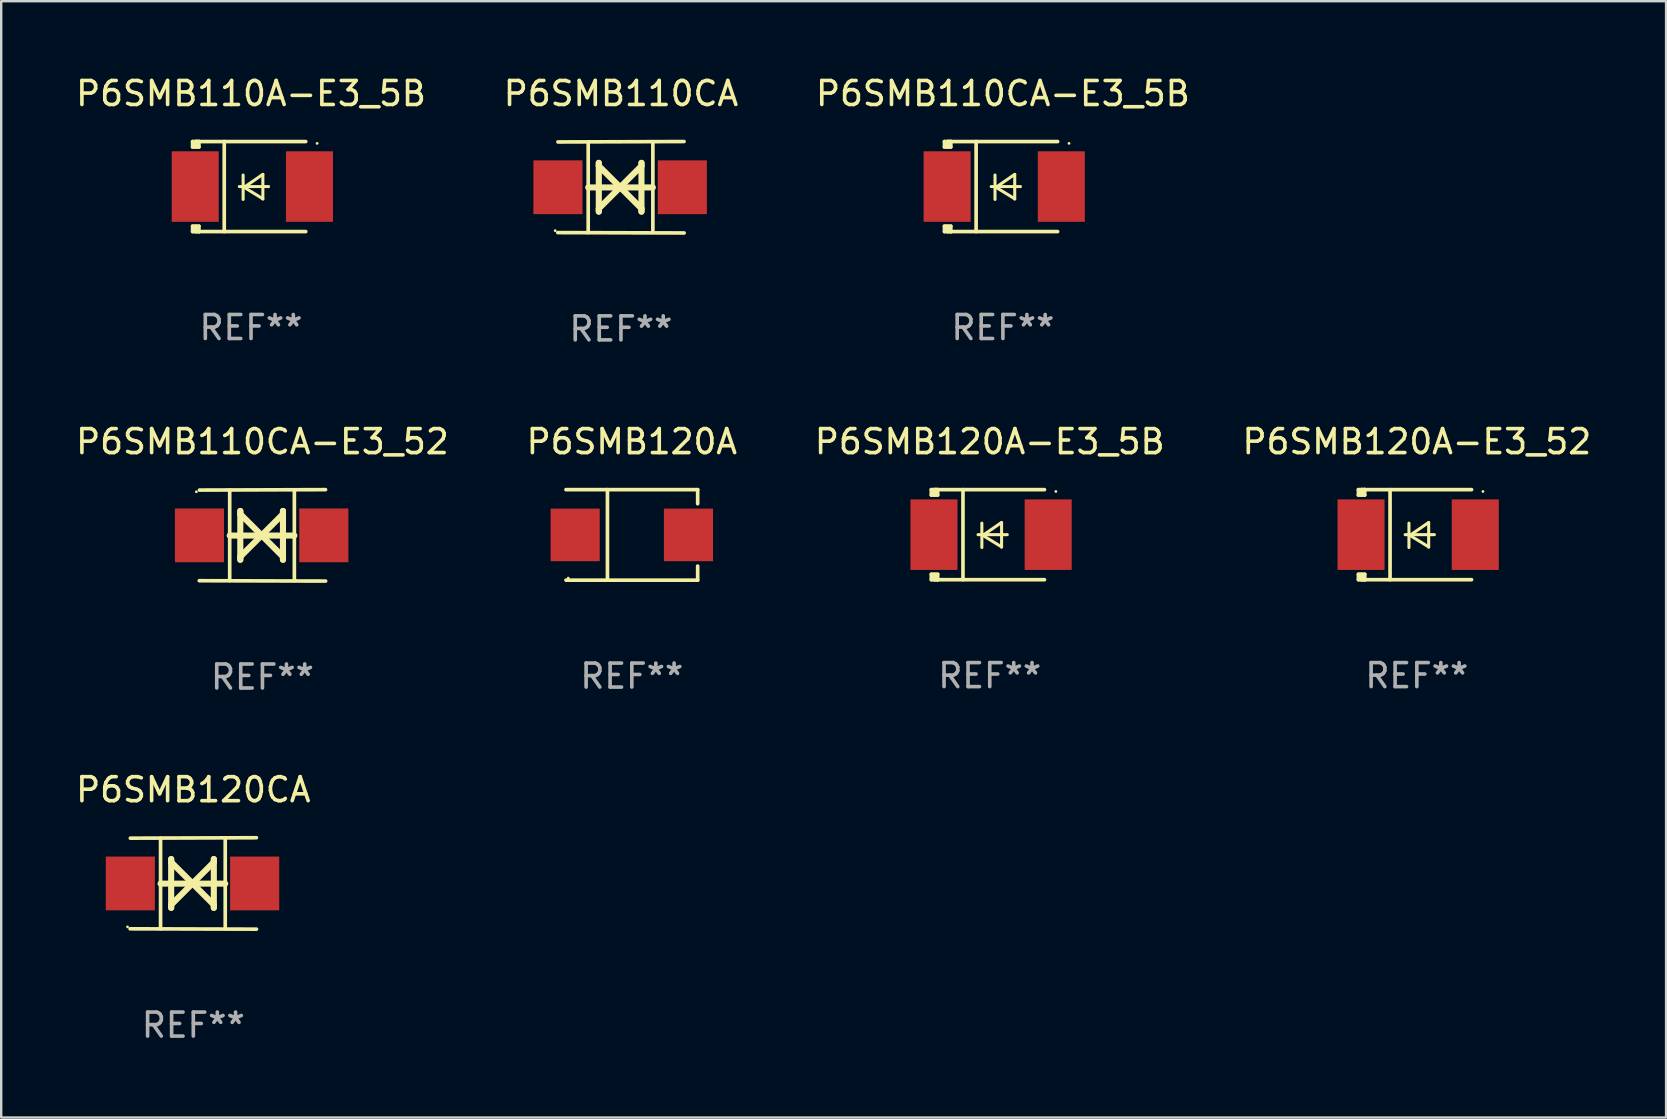
<source format=kicad_pcb>
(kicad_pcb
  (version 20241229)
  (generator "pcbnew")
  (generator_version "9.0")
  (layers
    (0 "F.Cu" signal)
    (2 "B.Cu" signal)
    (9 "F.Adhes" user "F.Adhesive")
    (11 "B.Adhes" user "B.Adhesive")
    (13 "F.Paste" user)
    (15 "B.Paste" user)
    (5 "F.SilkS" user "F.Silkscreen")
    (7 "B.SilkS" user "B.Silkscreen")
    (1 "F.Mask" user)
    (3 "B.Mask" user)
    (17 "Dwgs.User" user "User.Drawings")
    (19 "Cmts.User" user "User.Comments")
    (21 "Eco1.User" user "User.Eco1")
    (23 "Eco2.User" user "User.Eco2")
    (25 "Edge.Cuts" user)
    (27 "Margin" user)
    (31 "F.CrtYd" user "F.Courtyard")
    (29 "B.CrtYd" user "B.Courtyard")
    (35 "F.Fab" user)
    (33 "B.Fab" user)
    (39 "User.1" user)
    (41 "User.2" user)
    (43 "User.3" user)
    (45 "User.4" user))
  (footprint "P6SMB110A-E3_5B"
    (layer "F.Cu")
    (at 7.411 4.725)
    (property "Reference" "P6SMB110A-E3_5B" (at 0 -3.876 0) (layer "F.SilkS") (effects (font (size 1 1) (thickness 0.15))))
    (attr through_hole)
    (fp_line (start -2.435 1.65) (end -2.171 1.65) (stroke (width 0.152) (type solid)) (layer "F.SilkS"))
    (fp_line (start -2.435 1.876) (end -2.435 1.65) (stroke (width 0.152) (type solid)) (layer "F.SilkS"))
    (fp_line (start -2.435 -1.876) (end -2.171 -1.876) (stroke (width 0.152) (type solid)) (layer "F.SilkS"))
    (fp_line (start -2.435 -1.65) (end -2.435 -1.876) (stroke (width 0.152) (type solid)) (layer "F.SilkS"))
    (fp_line (start -2.305 -1.866) (end -2.295 -1.876) (stroke (width 0.152) (type solid)) (layer "F.SilkS"))
    (fp_line (start -2.305 -1.65) (end -2.305 -1.866) (stroke (width 0.152) (type solid)) (layer "F.SilkS"))
    (fp_line (start -2.305 1.876) (end -2.305 1.65) (stroke (width 0.152) (type solid)) (layer "F.SilkS"))
    (fp_line (start -2.295 -1.876) (end -2.295 -1.65) (stroke (width 0.152) (type solid)) (layer "F.SilkS"))
    (fp_line (start -2.171 1.876) (end -2.435 1.876) (stroke (width 0.152) (type solid)) (layer "F.SilkS"))
    (fp_line (start -2.171 -1.65) (end -2.435 -1.65) (stroke (width 0.152) (type solid)) (layer "F.SilkS"))
    (fp_line (start -2.171 -1.876) (end -2.295 -1.876) (stroke (width 0.152) (type solid)) (layer "F.SilkS"))
    (fp_line (start -2.171 -1.65) (end -2.171 -1.876) (stroke (width 0.152) (type solid)) (layer "F.SilkS"))
    (fp_line (start -2.171 1.876) (end -2.305 1.876) (stroke (width 0.152) (type solid)) (layer "F.SilkS"))
    (fp_line (start -2.171 1.876) (end -2.171 1.65) (stroke (width 0.152) (type solid)) (layer "F.SilkS"))
    (fp_line (start -1.116 1.876) (end -1.116 -1.876) (stroke (width 0.152) (type solid)) (layer "F.SilkS"))
    (fp_line (start -0.488 0.000102) (end 0.731 0.000102) (stroke (width 0.127) (type solid)) (layer "F.SilkS"))
    (fp_line (start -0.329 -0.48) (end -0.329 0.536) (stroke (width 0.127) (type solid)) (layer "F.SilkS"))
    (fp_line (start -0.29 0.03) (end 0.493 0.51) (stroke (width 0.127) (type solid)) (layer "F.SilkS"))
    (fp_line (start 0.493 -0.51) (end -0.29 0.03) (stroke (width 0.127) (type solid)) (layer "F.SilkS"))
    (fp_line (start 0.493 0.52) (end 0.493 -0.496) (stroke (width 0.127) (type solid)) (layer "F.SilkS"))
    (fp_line (start 2.281 -1.876) (end -2.171 -1.876) (stroke (width 0.152) (type solid)) (layer "F.SilkS"))
    (fp_line (start 2.281 1.876) (end -2.171 1.876) (stroke (width 0.152) (type solid)) (layer "F.SilkS"))
    (fp_circle (center 2.755 -1.8) (end 2.785 -1.8) (stroke (width 0.06) (type solid)) (fill no) (layer "F.SilkS"))
    (fp_text user "REF**" (at 0 5.876 0) (layer "F.Fab") (effects (font (size 1 1) (thickness 0.15))))
    (pad "1" smd rect (at 2.435 -0.000025 180) (size 1.96 2.94) (layers "F.Cu" "F.Mask" "F.Paste"))
    (pad "2" smd rect (at -2.325 -0.000025 180) (size 1.96 2.94) (layers "F.Cu" "F.Mask" "F.Paste")))
  (footprint "P6SMB120A"
    (layer "F.Cu")
    (at 23.28 19.241)
    (property "Reference" "P6SMB120A" (at 0 -3.886 0) (layer "F.SilkS") (effects (font (size 1 1) (thickness 0.15))))
    (attr through_hole)
    (fp_line (start -2.744 -1.886) (end 2.744 -1.886) (stroke (width 0.152) (type solid)) (layer "F.SilkS"))
    (fp_line (start -2.744 1.886) (end 2.744 1.886) (stroke (width 0.152) (type solid)) (layer "F.SilkS"))
    (fp_line (start -1.016 -1.886) (end -1.016 1.886) (stroke (width 0.152) (type solid)) (layer "F.SilkS"))
    (fp_line (start 2.744 -1.886) (end 2.744 -1.299) (stroke (width 0.152) (type solid)) (layer "F.SilkS"))
    (fp_line (start 2.744 1.886) (end 2.744 1.299) (stroke (width 0.152) (type solid)) (layer "F.SilkS"))
    (fp_circle (center -2.65 1.8) (end -2.62 1.8) (stroke (width 0.06) (type solid)) (fill no) (layer "F.SilkS"))
    (fp_text user "REF**" (at 0 5.886 0) (layer "F.Fab") (effects (font (size 1 1) (thickness 0.15))))
    (pad "1" smd rect (at -2.361 0) (size 2.047 2.192) (layers "F.Cu" "F.Mask" "F.Paste"))
    (pad "2" smd rect (at 2.361 0) (size 2.047 2.192) (layers "F.Cu" "F.Mask" "F.Paste")))
  (footprint "P6SMB120A-E3_5B"
    (layer "F.Cu")
    (at 38.196 19.231)
    (property "Reference" "P6SMB120A-E3_5B" (at 0 -3.876 0) (layer "F.SilkS") (effects (font (size 1 1) (thickness 0.15))))
    (attr through_hole)
    (fp_line (start -2.435 1.65) (end -2.171 1.65) (stroke (width 0.152) (type solid)) (layer "F.SilkS"))
    (fp_line (start -2.435 1.876) (end -2.435 1.65) (stroke (width 0.152) (type solid)) (layer "F.SilkS"))
    (fp_line (start -2.435 -1.876) (end -2.171 -1.876) (stroke (width 0.152) (type solid)) (layer "F.SilkS"))
    (fp_line (start -2.435 -1.65) (end -2.435 -1.876) (stroke (width 0.152) (type solid)) (layer "F.SilkS"))
    (fp_line (start -2.305 -1.866) (end -2.295 -1.876) (stroke (width 0.152) (type solid)) (layer "F.SilkS"))
    (fp_line (start -2.305 -1.65) (end -2.305 -1.866) (stroke (width 0.152) (type solid)) (layer "F.SilkS"))
    (fp_line (start -2.305 1.876) (end -2.305 1.65) (stroke (width 0.152) (type solid)) (layer "F.SilkS"))
    (fp_line (start -2.295 -1.876) (end -2.295 -1.65) (stroke (width 0.152) (type solid)) (layer "F.SilkS"))
    (fp_line (start -2.171 1.876) (end -2.435 1.876) (stroke (width 0.152) (type solid)) (layer "F.SilkS"))
    (fp_line (start -2.171 -1.65) (end -2.435 -1.65) (stroke (width 0.152) (type solid)) (layer "F.SilkS"))
    (fp_line (start -2.171 -1.876) (end -2.295 -1.876) (stroke (width 0.152) (type solid)) (layer "F.SilkS"))
    (fp_line (start -2.171 -1.65) (end -2.171 -1.876) (stroke (width 0.152) (type solid)) (layer "F.SilkS"))
    (fp_line (start -2.171 1.876) (end -2.305 1.876) (stroke (width 0.152) (type solid)) (layer "F.SilkS"))
    (fp_line (start -2.171 1.876) (end -2.171 1.65) (stroke (width 0.152) (type solid)) (layer "F.SilkS"))
    (fp_line (start -1.116 1.876) (end -1.116 -1.876) (stroke (width 0.152) (type solid)) (layer "F.SilkS"))
    (fp_line (start -0.488 0.000102) (end 0.731 0.000102) (stroke (width 0.127) (type solid)) (layer "F.SilkS"))
    (fp_line (start -0.329 -0.48) (end -0.329 0.536) (stroke (width 0.127) (type solid)) (layer "F.SilkS"))
    (fp_line (start -0.29 0.03) (end 0.493 0.51) (stroke (width 0.127) (type solid)) (layer "F.SilkS"))
    (fp_line (start 0.493 -0.51) (end -0.29 0.03) (stroke (width 0.127) (type solid)) (layer "F.SilkS"))
    (fp_line (start 0.493 0.52) (end 0.493 -0.496) (stroke (width 0.127) (type solid)) (layer "F.SilkS"))
    (fp_line (start 2.281 -1.876) (end -2.171 -1.876) (stroke (width 0.152) (type solid)) (layer "F.SilkS"))
    (fp_line (start 2.281 1.876) (end -2.171 1.876) (stroke (width 0.152) (type solid)) (layer "F.SilkS"))
    (fp_circle (center 2.755 -1.8) (end 2.785 -1.8) (stroke (width 0.06) (type solid)) (fill no) (layer "F.SilkS"))
    (fp_text user "REF**" (at 0 5.876 0) (layer "F.Fab") (effects (font (size 1 1) (thickness 0.15))))
    (pad "1" smd rect (at 2.435 -0.000025 180) (size 1.96 2.94) (layers "F.Cu" "F.Mask" "F.Paste"))
    (pad "2" smd rect (at -2.325 -0.000025 180) (size 1.96 2.94) (layers "F.Cu" "F.Mask" "F.Paste")))
  (footprint "P6SMB120CA"
    (layer "F.Cu")
    (at 5.006 33.766)
    (property "Reference" "P6SMB120CA" (at 0 -3.905 0) (layer "F.SilkS") (effects (font (size 1 1) (thickness 0.15))))
    (attr through_hole)
    (fp_line (start -1.365 1.886) (end -1.365 -1.886) (stroke (width 0.152) (type solid)) (layer "F.SilkS"))
    (fp_line (start -1.365 0.008) (end 1.33 0.008) (stroke (width 0.254) (type solid)) (layer "F.SilkS"))
    (fp_line (start -0.923 -1.016) (end -0.923 1.016) (stroke (width 0.254) (type solid)) (layer "F.SilkS"))
    (fp_line (start -0.923 -0.889) (end -0.923 -1.016) (stroke (width 0.254) (type solid)) (layer "F.SilkS"))
    (fp_line (start -0.923 0.889) (end -0.034 0) (stroke (width 0.254) (type solid)) (layer "F.SilkS"))
    (fp_line (start -0.923 1.016) (end -0.923 0.889) (stroke (width 0.254) (type solid)) (layer "F.SilkS"))
    (fp_line (start -0.034 0) (end -0.923 -0.889) (stroke (width 0.254) (type solid)) (layer "F.SilkS"))
    (fp_line (start -0.034 0) (end 0.855 0.889) (stroke (width 0.254) (type solid)) (layer "F.SilkS"))
    (fp_line (start 0.855 -1.016) (end 0.855 -0.889) (stroke (width 0.254) (type solid)) (layer "F.SilkS"))
    (fp_line (start 0.855 -0.889) (end -0.034 0) (stroke (width 0.254) (type solid)) (layer "F.SilkS"))
    (fp_line (start 0.855 0.889) (end 0.855 1.016) (stroke (width 0.254) (type solid)) (layer "F.SilkS"))
    (fp_line (start 0.855 1.016) (end 0.855 -1.016) (stroke (width 0.254) (type solid)) (layer "F.SilkS"))
    (fp_line (start 1.33 1.886) (end 1.33 -1.886) (stroke (width 0.152) (type solid)) (layer "F.SilkS"))
    (fp_line (start 2.629 -1.905) (end -2.625 -1.887) (stroke (width 0.152) (type solid)) (layer "F.SilkS"))
    (fp_line (start 2.633 1.905) (end -2.633 1.89) (stroke (width 0.152) (type solid)) (layer "F.SilkS"))
    (fp_circle (center -2.741 1.81) (end -2.711 1.81) (stroke (width 0.06) (type solid)) (fill no) (layer "F.SilkS"))
    (fp_text user "REF**" (at 0 5.905 0) (layer "F.Fab") (effects (font (size 1 1) (thickness 0.15))))
    (pad "1" smd rect (at -2.625 0) (size 2.047 2.241) (layers "F.Cu" "F.Mask" "F.Paste"))
    (pad "2" smd rect (at 2.557 0) (size 2.047 2.241) (layers "F.Cu" "F.Mask" "F.Paste")))
  (footprint "P6SMB110CA-E3_52"
    (layer "F.Cu")
    (at 7.887 19.26)
    (property "Reference" "P6SMB110CA-E3_52" (at 0 -3.905 0) (layer "F.SilkS") (effects (font (size 1 1) (thickness 0.15))))
    (attr through_hole)
    (fp_line (start -1.365 1.886) (end -1.365 -1.886) (stroke (width 0.152) (type solid)) (layer "F.SilkS"))
    (fp_line (start -1.365 0.008) (end 1.33 0.008) (stroke (width 0.254) (type solid)) (layer "F.SilkS"))
    (fp_line (start -0.923 -1.016) (end -0.923 1.016) (stroke (width 0.254) (type solid)) (layer "F.SilkS"))
    (fp_line (start -0.923 -0.889) (end -0.923 -1.016) (stroke (width 0.254) (type solid)) (layer "F.SilkS"))
    (fp_line (start -0.923 0.889) (end -0.034 0) (stroke (width 0.254) (type solid)) (layer "F.SilkS"))
    (fp_line (start -0.923 1.016) (end -0.923 0.889) (stroke (width 0.254) (type solid)) (layer "F.SilkS"))
    (fp_line (start -0.034 0) (end -0.923 -0.889) (stroke (width 0.254) (type solid)) (layer "F.SilkS"))
    (fp_line (start -0.034 0) (end 0.855 0.889) (stroke (width 0.254) (type solid)) (layer "F.SilkS"))
    (fp_line (start 0.855 -1.016) (end 0.855 -0.889) (stroke (width 0.254) (type solid)) (layer "F.SilkS"))
    (fp_line (start 0.855 -0.889) (end -0.034 0) (stroke (width 0.254) (type solid)) (layer "F.SilkS"))
    (fp_line (start 0.855 0.889) (end 0.855 1.016) (stroke (width 0.254) (type solid)) (layer "F.SilkS"))
    (fp_line (start 0.855 1.016) (end 0.855 -1.016) (stroke (width 0.254) (type solid)) (layer "F.SilkS"))
    (fp_line (start 1.33 1.886) (end 1.33 -1.886) (stroke (width 0.152) (type solid)) (layer "F.SilkS"))
    (fp_line (start 2.629 -1.905) (end -2.625 -1.887) (stroke (width 0.152) (type solid)) (layer "F.SilkS"))
    (fp_line (start 2.633 1.905) (end -2.633 1.89) (stroke (width 0.152) (type solid)) (layer "F.SilkS"))
    (fp_circle (center -2.753 -1.816) (end -2.723 -1.816) (stroke (width 0.06) (type solid)) (fill no) (layer "F.SilkS"))
    (fp_text user "REF**" (at 0 5.905 0) (layer "F.Fab") (effects (font (size 1 1) (thickness 0.15))))
    (pad "1" smd rect (at -2.625 0) (size 2.047 2.241) (layers "F.Cu" "F.Mask" "F.Paste"))
    (pad "2" smd rect (at 2.557 0) (size 2.047 2.241) (layers "F.Cu" "F.Mask" "F.Paste")))
  (footprint "P6SMB120A-E3_52"
    (layer "F.Cu")
    (at 55.994 19.231)
    (property "Reference" "P6SMB120A-E3_52" (at 0 -3.876 0) (layer "F.SilkS") (effects (font (size 1 1) (thickness 0.15))))
    (attr through_hole)
    (fp_line (start -2.435 1.65) (end -2.171 1.65) (stroke (width 0.152) (type solid)) (layer "F.SilkS"))
    (fp_line (start -2.435 1.876) (end -2.435 1.65) (stroke (width 0.152) (type solid)) (layer "F.SilkS"))
    (fp_line (start -2.435 -1.876) (end -2.171 -1.876) (stroke (width 0.152) (type solid)) (layer "F.SilkS"))
    (fp_line (start -2.435 -1.65) (end -2.435 -1.876) (stroke (width 0.152) (type solid)) (layer "F.SilkS"))
    (fp_line (start -2.305 -1.866) (end -2.295 -1.876) (stroke (width 0.152) (type solid)) (layer "F.SilkS"))
    (fp_line (start -2.305 -1.65) (end -2.305 -1.866) (stroke (width 0.152) (type solid)) (layer "F.SilkS"))
    (fp_line (start -2.305 1.876) (end -2.305 1.65) (stroke (width 0.152) (type solid)) (layer "F.SilkS"))
    (fp_line (start -2.295 -1.876) (end -2.295 -1.65) (stroke (width 0.152) (type solid)) (layer "F.SilkS"))
    (fp_line (start -2.171 1.876) (end -2.435 1.876) (stroke (width 0.152) (type solid)) (layer "F.SilkS"))
    (fp_line (start -2.171 -1.65) (end -2.435 -1.65) (stroke (width 0.152) (type solid)) (layer "F.SilkS"))
    (fp_line (start -2.171 -1.876) (end -2.295 -1.876) (stroke (width 0.152) (type solid)) (layer "F.SilkS"))
    (fp_line (start -2.171 -1.65) (end -2.171 -1.876) (stroke (width 0.152) (type solid)) (layer "F.SilkS"))
    (fp_line (start -2.171 1.876) (end -2.305 1.876) (stroke (width 0.152) (type solid)) (layer "F.SilkS"))
    (fp_line (start -2.171 1.876) (end -2.171 1.65) (stroke (width 0.152) (type solid)) (layer "F.SilkS"))
    (fp_line (start -1.116 1.876) (end -1.116 -1.876) (stroke (width 0.152) (type solid)) (layer "F.SilkS"))
    (fp_line (start -0.488 0.000102) (end 0.731 0.000102) (stroke (width 0.127) (type solid)) (layer "F.SilkS"))
    (fp_line (start -0.329 -0.48) (end -0.329 0.536) (stroke (width 0.127) (type solid)) (layer "F.SilkS"))
    (fp_line (start -0.29 0.03) (end 0.493 0.51) (stroke (width 0.127) (type solid)) (layer "F.SilkS"))
    (fp_line (start 0.493 -0.51) (end -0.29 0.03) (stroke (width 0.127) (type solid)) (layer "F.SilkS"))
    (fp_line (start 0.493 0.52) (end 0.493 -0.496) (stroke (width 0.127) (type solid)) (layer "F.SilkS"))
    (fp_line (start 2.281 -1.876) (end -2.171 -1.876) (stroke (width 0.152) (type solid)) (layer "F.SilkS"))
    (fp_line (start 2.281 1.876) (end -2.171 1.876) (stroke (width 0.152) (type solid)) (layer "F.SilkS"))
    (fp_circle (center 2.755 -1.8) (end 2.785 -1.8) (stroke (width 0.06) (type solid)) (fill no) (layer "F.SilkS"))
    (fp_text user "REF**" (at 0 5.876 0) (layer "F.Fab") (effects (font (size 1 1) (thickness 0.15))))
    (pad "1" smd rect (at 2.435 -0.000025 180) (size 1.96 2.94) (layers "F.Cu" "F.Mask" "F.Paste"))
    (pad "2" smd rect (at -2.325 -0.000025 180) (size 1.96 2.94) (layers "F.Cu" "F.Mask" "F.Paste")))
  (footprint "P6SMB110CA-E3_5B"
    (layer "F.Cu")
    (at 38.744 4.725)
    (property "Reference" "P6SMB110CA-E3_5B" (at 0 -3.876 0) (layer "F.SilkS") (effects (font (size 1 1) (thickness 0.15))))
    (attr through_hole)
    (fp_line (start -2.435 1.65) (end -2.171 1.65) (stroke (width 0.152) (type solid)) (layer "F.SilkS"))
    (fp_line (start -2.435 1.876) (end -2.435 1.65) (stroke (width 0.152) (type solid)) (layer "F.SilkS"))
    (fp_line (start -2.435 -1.876) (end -2.171 -1.876) (stroke (width 0.152) (type solid)) (layer "F.SilkS"))
    (fp_line (start -2.435 -1.65) (end -2.435 -1.876) (stroke (width 0.152) (type solid)) (layer "F.SilkS"))
    (fp_line (start -2.305 -1.866) (end -2.295 -1.876) (stroke (width 0.152) (type solid)) (layer "F.SilkS"))
    (fp_line (start -2.305 -1.65) (end -2.305 -1.866) (stroke (width 0.152) (type solid)) (layer "F.SilkS"))
    (fp_line (start -2.305 1.876) (end -2.305 1.65) (stroke (width 0.152) (type solid)) (layer "F.SilkS"))
    (fp_line (start -2.295 -1.876) (end -2.295 -1.65) (stroke (width 0.152) (type solid)) (layer "F.SilkS"))
    (fp_line (start -2.171 1.876) (end -2.435 1.876) (stroke (width 0.152) (type solid)) (layer "F.SilkS"))
    (fp_line (start -2.171 -1.65) (end -2.435 -1.65) (stroke (width 0.152) (type solid)) (layer "F.SilkS"))
    (fp_line (start -2.171 -1.876) (end -2.295 -1.876) (stroke (width 0.152) (type solid)) (layer "F.SilkS"))
    (fp_line (start -2.171 -1.65) (end -2.171 -1.876) (stroke (width 0.152) (type solid)) (layer "F.SilkS"))
    (fp_line (start -2.171 1.876) (end -2.305 1.876) (stroke (width 0.152) (type solid)) (layer "F.SilkS"))
    (fp_line (start -2.171 1.876) (end -2.171 1.65) (stroke (width 0.152) (type solid)) (layer "F.SilkS"))
    (fp_line (start -1.116 1.876) (end -1.116 -1.876) (stroke (width 0.152) (type solid)) (layer "F.SilkS"))
    (fp_line (start -0.488 0.000102) (end 0.731 0.000102) (stroke (width 0.127) (type solid)) (layer "F.SilkS"))
    (fp_line (start -0.329 -0.48) (end -0.329 0.536) (stroke (width 0.127) (type solid)) (layer "F.SilkS"))
    (fp_line (start -0.29 0.03) (end 0.493 0.51) (stroke (width 0.127) (type solid)) (layer "F.SilkS"))
    (fp_line (start 0.493 -0.51) (end -0.29 0.03) (stroke (width 0.127) (type solid)) (layer "F.SilkS"))
    (fp_line (start 0.493 0.52) (end 0.493 -0.496) (stroke (width 0.127) (type solid)) (layer "F.SilkS"))
    (fp_line (start 2.281 -1.876) (end -2.171 -1.876) (stroke (width 0.152) (type solid)) (layer "F.SilkS"))
    (fp_line (start 2.281 1.876) (end -2.171 1.876) (stroke (width 0.152) (type solid)) (layer "F.SilkS"))
    (fp_circle (center 2.755 -1.8) (end 2.785 -1.8) (stroke (width 0.06) (type solid)) (fill no) (layer "F.SilkS"))
    (fp_text user "REF**" (at 0 5.876 0) (layer "F.Fab") (effects (font (size 1 1) (thickness 0.15))))
    (pad "1" smd rect (at 2.435 -0.000025 180) (size 1.96 2.94) (layers "F.Cu" "F.Mask" "F.Paste"))
    (pad "2" smd rect (at -2.325 -0.000025 180) (size 1.96 2.94) (layers "F.Cu" "F.Mask" "F.Paste")))
  (footprint "P6SMB110CA"
    (layer "F.Cu")
    (at 22.827 4.753)
    (property "Reference" "P6SMB110CA" (at 0 -3.905 0) (layer "F.SilkS") (effects (font (size 1 1) (thickness 0.15))))
    (attr through_hole)
    (fp_line (start -1.365 1.886) (end -1.365 -1.886) (stroke (width 0.152) (type solid)) (layer "F.SilkS"))
    (fp_line (start -1.365 0.008) (end 1.33 0.008) (stroke (width 0.254) (type solid)) (layer "F.SilkS"))
    (fp_line (start -0.923 -1.016) (end -0.923 1.016) (stroke (width 0.254) (type solid)) (layer "F.SilkS"))
    (fp_line (start -0.923 -0.889) (end -0.923 -1.016) (stroke (width 0.254) (type solid)) (layer "F.SilkS"))
    (fp_line (start -0.923 0.889) (end -0.034 0) (stroke (width 0.254) (type solid)) (layer "F.SilkS"))
    (fp_line (start -0.923 1.016) (end -0.923 0.889) (stroke (width 0.254) (type solid)) (layer "F.SilkS"))
    (fp_line (start -0.034 0) (end -0.923 -0.889) (stroke (width 0.254) (type solid)) (layer "F.SilkS"))
    (fp_line (start -0.034 0) (end 0.855 0.889) (stroke (width 0.254) (type solid)) (layer "F.SilkS"))
    (fp_line (start 0.855 -1.016) (end 0.855 -0.889) (stroke (width 0.254) (type solid)) (layer "F.SilkS"))
    (fp_line (start 0.855 -0.889) (end -0.034 0) (stroke (width 0.254) (type solid)) (layer "F.SilkS"))
    (fp_line (start 0.855 0.889) (end 0.855 1.016) (stroke (width 0.254) (type solid)) (layer "F.SilkS"))
    (fp_line (start 0.855 1.016) (end 0.855 -1.016) (stroke (width 0.254) (type solid)) (layer "F.SilkS"))
    (fp_line (start 1.33 1.886) (end 1.33 -1.886) (stroke (width 0.152) (type solid)) (layer "F.SilkS"))
    (fp_line (start 2.629 -1.905) (end -2.625 -1.887) (stroke (width 0.152) (type solid)) (layer "F.SilkS"))
    (fp_line (start 2.633 1.905) (end -2.633 1.89) (stroke (width 0.152) (type solid)) (layer "F.SilkS"))
    (fp_circle (center -2.741 1.81) (end -2.711 1.81) (stroke (width 0.06) (type solid)) (fill no) (layer "F.SilkS"))
    (fp_text user "REF**" (at 0 5.905 0) (layer "F.Fab") (effects (font (size 1 1) (thickness 0.15))))
    (pad "1" smd rect (at -2.625 0) (size 2.047 2.241) (layers "F.Cu" "F.Mask" "F.Paste"))
    (pad "2" smd rect (at 2.557 0) (size 2.047 2.241) (layers "F.Cu" "F.Mask" "F.Paste")))
  (gr_rect
    (start -3 -3)
    (end 66.381 43.52)
    (stroke (width 0.1) (type default))
    (fill no)
    (layer "Edge.Cuts")))
</source>
